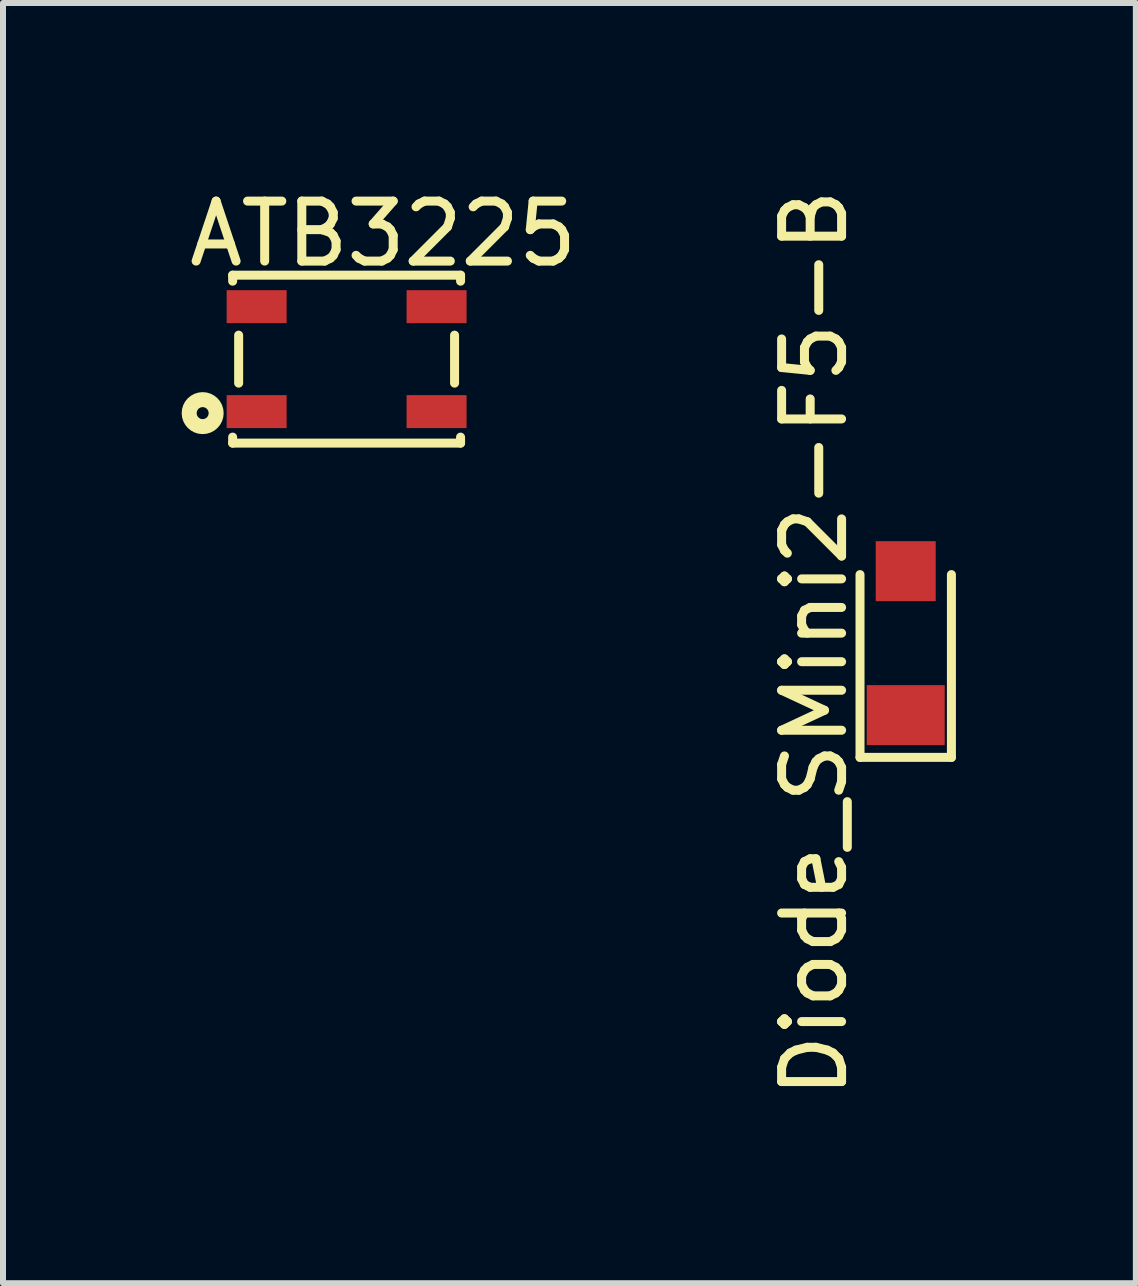
<source format=kicad_pcb>
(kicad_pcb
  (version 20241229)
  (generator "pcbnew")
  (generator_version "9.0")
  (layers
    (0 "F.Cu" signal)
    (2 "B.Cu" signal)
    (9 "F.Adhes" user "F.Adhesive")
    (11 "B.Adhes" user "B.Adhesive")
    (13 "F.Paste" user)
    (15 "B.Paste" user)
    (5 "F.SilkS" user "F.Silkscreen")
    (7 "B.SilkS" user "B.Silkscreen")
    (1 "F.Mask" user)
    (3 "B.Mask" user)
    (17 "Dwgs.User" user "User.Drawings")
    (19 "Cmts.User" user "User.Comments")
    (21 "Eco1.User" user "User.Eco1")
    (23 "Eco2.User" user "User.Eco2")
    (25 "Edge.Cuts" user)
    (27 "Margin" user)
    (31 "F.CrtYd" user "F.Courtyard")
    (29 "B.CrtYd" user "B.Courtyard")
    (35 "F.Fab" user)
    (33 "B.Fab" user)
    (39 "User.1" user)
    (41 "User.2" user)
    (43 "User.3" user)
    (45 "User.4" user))
  (footprint "ATB3225"
    (layer "F.Cu")
    (at 2.729 2.938)
    (property "Reference" "ATB3225" (at 0.61 -2.09 0) (layer "F.SilkS") (effects (font (size 1 1) (thickness 0.15))))
    (attr through_hole)
    (fp_line (start -1.9 -1.4) (end 1.9 -1.4) (stroke (width 0.15) (type solid)) (layer "F.SilkS"))
    (fp_line (start -1.9 -1.3) (end -1.9 -1.4) (stroke (width 0.15) (type solid)) (layer "F.SilkS"))
    (fp_line (start -1.9 1.3) (end -1.9 1.4) (stroke (width 0.15) (type solid)) (layer "F.SilkS"))
    (fp_line (start -1.9 1.4) (end 1.9 1.4) (stroke (width 0.15) (type solid)) (layer "F.SilkS"))
    (fp_line (start -1.8 -0.4) (end -1.8 0.4) (stroke (width 0.15) (type solid)) (layer "F.SilkS"))
    (fp_line (start 1.8 -0.4) (end 1.8 0.4) (stroke (width 0.15) (type solid)) (layer "F.SilkS"))
    (fp_line (start 1.9 -1.4) (end 1.9 -1.3) (stroke (width 0.15) (type solid)) (layer "F.SilkS"))
    (fp_line (start 1.9 1.4) (end 1.9 1.3) (stroke (width 0.15) (type solid)) (layer "F.SilkS"))
    (fp_circle (center -2.4 0.9) (end -2.3 0.9) (stroke (width 0.25) (type solid)) (fill no) (layer "F.SilkS"))
    (pad "1" smd rect (at -1.5 0.875) (size 1 0.55) (layers "F.Cu" "F.Mask" "F.Paste"))
    (pad "2" smd rect (at -1.5 -0.875) (size 1 0.55) (layers "F.Cu" "F.Mask" "F.Paste"))
    (pad "3" smd rect (at 1.5 -0.875) (size 1 0.55) (layers "F.Cu" "F.Mask" "F.Paste"))
    (pad "4" smd rect (at 1.5 0.875) (size 1 0.55) (layers "F.Cu" "F.Mask" "F.Paste")))
  (footprint "Diode_SMini2-F5-B"
    (layer "F.Cu")
    (at 12.051 7.673)
    (property "Reference" "Diode_SMini2-F5-B" (at -1.524 0 90) (layer "F.SilkS") (effects (font (size 1 1) (thickness 0.15))))
    (attr smd)
    (fp_line (start -0.762 -1.143) (end -0.762 1.905) (stroke (width 0.15) (type solid)) (layer "F.SilkS"))
    (fp_line (start -0.762 1.905) (end 0.762 1.905) (stroke (width 0.15) (type solid)) (layer "F.SilkS"))
    (fp_line (start 0.762 1.905) (end 0.762 -1.143) (stroke (width 0.15) (type solid)) (layer "F.SilkS"))
    (pad "1" smd rect (at 0 1.2) (size 1.3 1) (layers "F.Cu" "F.Mask" "F.Paste"))
    (pad "2" smd rect (at 0 -1.2) (size 1 1) (layers "F.Cu" "F.Mask" "F.Paste")))
  (gr_rect
    (start -3 -3)
    (end 15.888 18.345)
    (stroke (width 0.1) (type default))
    (fill no)
    (layer "Edge.Cuts")))
</source>
